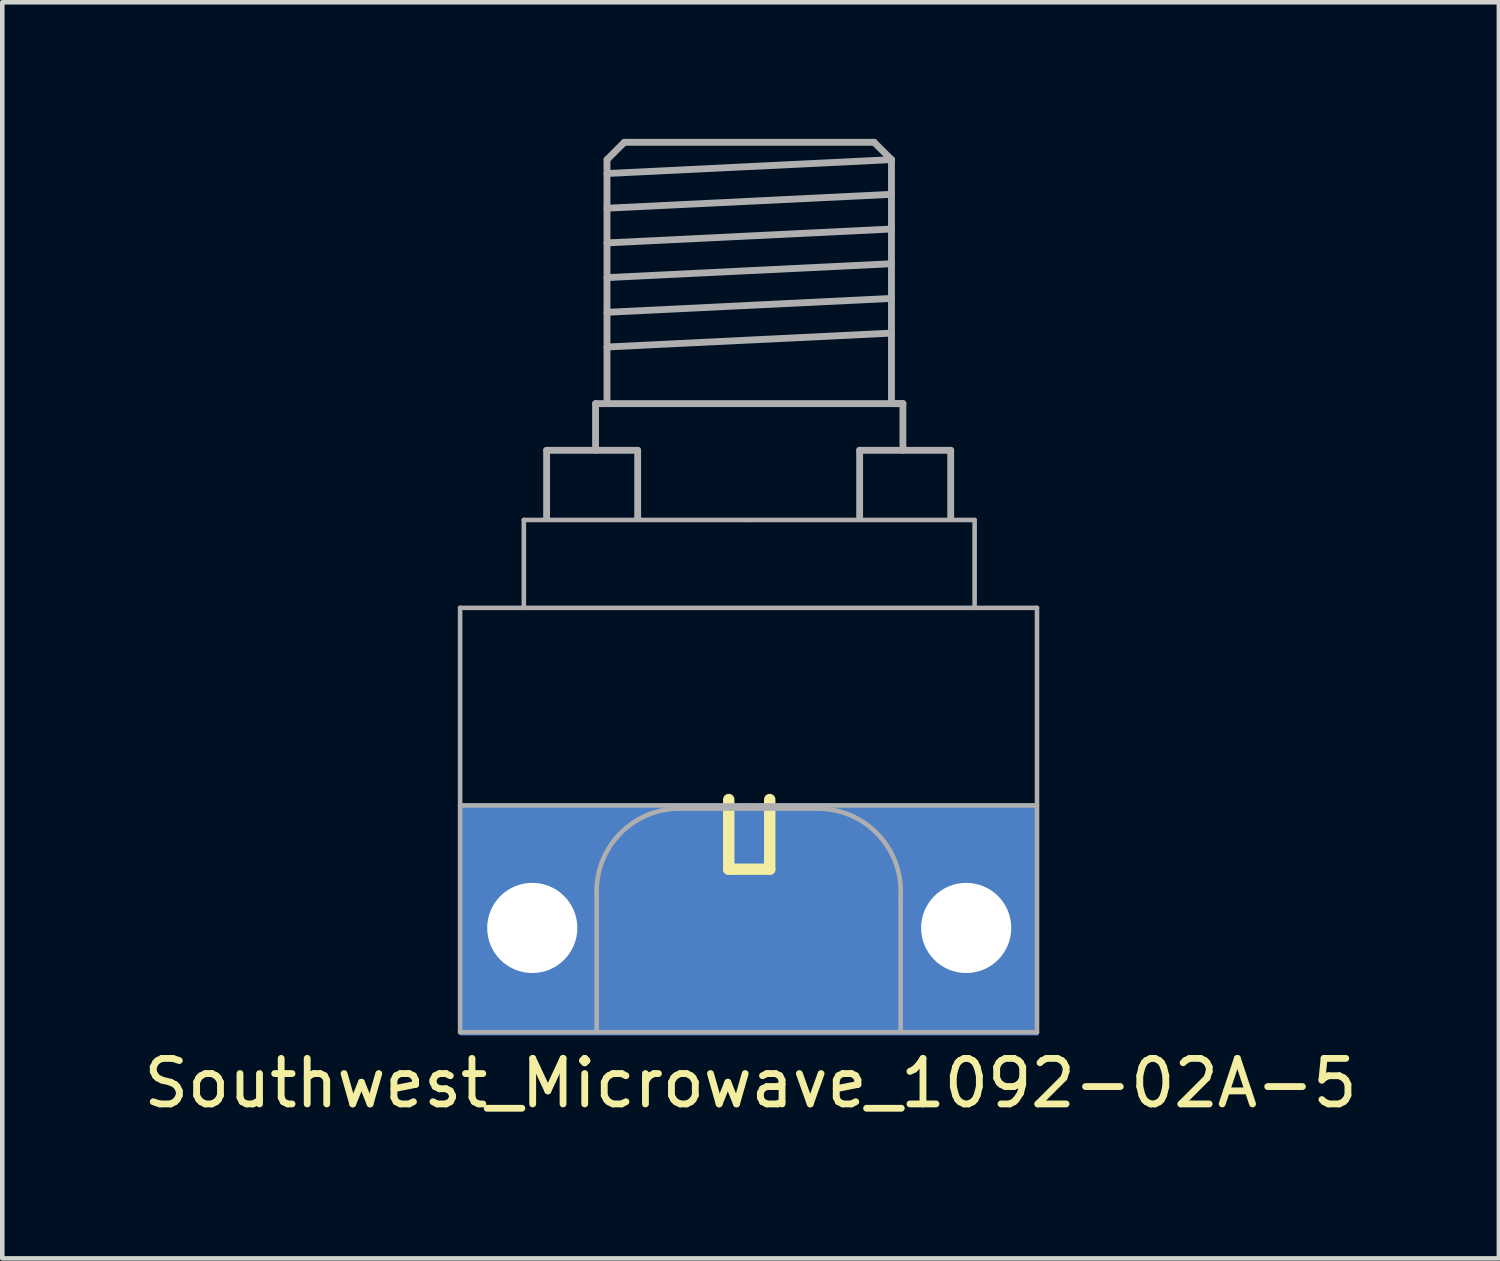
<source format=kicad_pcb>
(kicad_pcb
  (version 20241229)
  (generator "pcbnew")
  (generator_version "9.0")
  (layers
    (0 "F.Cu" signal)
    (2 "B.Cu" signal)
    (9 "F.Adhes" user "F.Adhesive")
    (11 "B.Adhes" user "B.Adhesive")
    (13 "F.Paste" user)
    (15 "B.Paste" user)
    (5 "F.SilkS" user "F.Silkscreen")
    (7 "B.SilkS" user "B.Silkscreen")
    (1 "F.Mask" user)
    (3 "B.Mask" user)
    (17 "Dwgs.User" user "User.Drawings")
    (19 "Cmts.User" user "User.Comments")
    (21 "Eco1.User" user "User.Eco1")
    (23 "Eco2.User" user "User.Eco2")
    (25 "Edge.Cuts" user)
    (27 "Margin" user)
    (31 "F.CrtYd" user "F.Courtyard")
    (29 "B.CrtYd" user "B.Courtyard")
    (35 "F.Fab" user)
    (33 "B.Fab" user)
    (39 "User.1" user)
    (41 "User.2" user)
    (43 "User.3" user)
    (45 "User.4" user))
  (footprint "Southwest_Microwave_1092-02A-5"
    (layer "F.Cu")
    (at 13.405 14.54)
    (property "Reference" "Southwest_Microwave_1092-02A-5" (at 0.03 6.2 0) (layer "F.SilkS") (effects (font (size 1 1) (thickness 0.15))))
    (attr through_hole)
    (fp_poly (pts (xy 6.5 5.4) (xy -6.5 5.4) (xy -6.5 -0.1) (xy 6.5 -0.1)) (stroke (width 0.1) (type solid)) (fill yes) (layer "F.Mask"))
    (fp_poly (pts (xy 6.5 5.4) (xy -6.5 5.4) (xy -6.5 -0.1) (xy 6.5 -0.1)) (stroke (width 0.1) (type solid)) (fill yes) (layer "B.Mask"))
    (fp_line (start -0.45 1.5) (end -0.45 -0.03) (stroke (width 0.25) (type solid)) (layer "F.SilkS"))
    (fp_line (start -0.45 1.5) (end 0.45 1.5) (stroke (width 0.25) (type solid)) (layer "F.SilkS"))
    (fp_line (start 0.45 1.5) (end 0.45 -0.03) (stroke (width 0.25) (type solid)) (layer "F.SilkS"))
    (fp_line (start -6.35 0.1) (end 6.32 0.1) (stroke (width 0.1) (type solid)) (layer "F.Fab"))
    (fp_line (start -6.35 5.08) (end -6.35 -4.24) (stroke (width 0.1) (type solid)) (layer "F.Fab"))
    (fp_line (start -4.95 -6.17) (end -4.95 -4.24) (stroke (width 0.1) (type solid)) (layer "F.Fab"))
    (fp_line (start -4.45 -7.7) (end -4.45 -6.2) (stroke (width 0.15) (type solid)) (layer "F.Fab"))
    (fp_line (start -4.45 -7.7) (end -2.45 -7.7) (stroke (width 0.15) (type solid)) (layer "F.Fab"))
    (fp_line (start -3.375 -7.7) (end -3.375 -8.725) (stroke (width 0.15) (type solid)) (layer "F.Fab"))
    (fp_line (start -3.35 2.075) (end -3.35 5.075) (stroke (width 0.1) (type solid)) (layer "F.Fab"))
    (fp_line (start -3.124 -14.084) (end -2.743 -14.465) (stroke (width 0.15) (type solid)) (layer "F.Fab"))
    (fp_line (start -3.124 -8.725) (end -3.124 -14.084) (stroke (width 0.15) (type solid)) (layer "F.Fab"))
    (fp_line (start -2.743 -14.465) (end 2.743 -14.465) (stroke (width 0.15) (type solid)) (layer "F.Fab"))
    (fp_line (start -2.45 -7.7) (end -2.45 -6.2) (stroke (width 0.15) (type solid)) (layer "F.Fab"))
    (fp_line (start -1.535 0.169) (end 1.51 0.169) (stroke (width 0.1) (type solid)) (layer "F.Fab"))
    (fp_line (start 0 -6.17) (end -4.95 -6.17) (stroke (width 0.1) (type solid)) (layer "F.Fab"))
    (fp_line (start 2.425 -7.7) (end 2.425 -6.2) (stroke (width 0.15) (type solid)) (layer "F.Fab"))
    (fp_line (start 2.425 -7.7) (end 4.425 -7.7) (stroke (width 0.15) (type solid)) (layer "F.Fab"))
    (fp_line (start 3.124 -14.084) (end -3.124 -13.779) (stroke (width 0.15) (type solid)) (layer "F.Fab"))
    (fp_line (start 3.124 -14.084) (end 2.743 -14.465) (stroke (width 0.15) (type solid)) (layer "F.Fab"))
    (fp_line (start 3.124 -13.322) (end -3.124 -13.017) (stroke (width 0.15) (type solid)) (layer "F.Fab"))
    (fp_line (start 3.124 -12.56) (end -3.124 -12.255) (stroke (width 0.15) (type solid)) (layer "F.Fab"))
    (fp_line (start 3.124 -11.798) (end -3.124 -11.493) (stroke (width 0.15) (type solid)) (layer "F.Fab"))
    (fp_line (start 3.124 -11.036) (end -3.124 -10.731) (stroke (width 0.15) (type solid)) (layer "F.Fab"))
    (fp_line (start 3.124 -10.274) (end -3.124 -9.969) (stroke (width 0.15) (type solid)) (layer "F.Fab"))
    (fp_line (start 3.124 -8.725) (end 3.124 -14.084) (stroke (width 0.15) (type solid)) (layer "F.Fab"))
    (fp_line (start 3.325 2.075) (end 3.325 5.075) (stroke (width 0.1) (type solid)) (layer "F.Fab"))
    (fp_line (start 3.375 -8.725) (end -3.375 -8.725) (stroke (width 0.15) (type solid)) (layer "F.Fab"))
    (fp_line (start 3.375 -8.725) (end 3.125 -8.725) (stroke (width 0.15) (type solid)) (layer "F.Fab"))
    (fp_line (start 3.375 -7.7) (end 3.375 -8.725) (stroke (width 0.15) (type solid)) (layer "F.Fab"))
    (fp_line (start 4.425 -7.7) (end 4.425 -6.2) (stroke (width 0.15) (type solid)) (layer "F.Fab"))
    (fp_line (start 4.95 -6.17) (end 0 -6.17) (stroke (width 0.1) (type solid)) (layer "F.Fab"))
    (fp_line (start 4.95 -6.17) (end 4.95 -4.24) (stroke (width 0.1) (type solid)) (layer "F.Fab"))
    (fp_line (start 6.32 -4.24) (end -6.35 -4.24) (stroke (width 0.1) (type solid)) (layer "F.Fab"))
    (fp_line (start 6.32 5.08) (end -6.35 5.08) (stroke (width 0.1) (type solid)) (layer "F.Fab"))
    (fp_line (start 6.32 5.08) (end 6.32 -4.24) (stroke (width 0.1) (type solid)) (layer "F.Fab"))
    (fp_arc (start -3.35 2.075) (mid -2.850731 0.733081) (end -1.534837 0.168778) (stroke (width 0.1) (type solid)) (layer "F.Fab"))
    (fp_arc (start 1.509837 0.168778) (mid 2.825731 0.733081) (end 3.325 2.075) (stroke (width 0.1) (type solid)) (layer "F.Fab"))
    (pad "1" smd rect (at 0 0.445) (size 0.203 0.762) (layers "F.Cu" "F.Mask" "F.Paste"))
    (pad "2" thru_hole circle (at -4.765 2.79) (size 2.8 2.8) (drill 1.98) (layers "*.Cu" "*.Mask"))
    (pad "2" smd rect (at 0 2.6) (size 12.7 5.1) (layers "B.Cu"))
    (pad "2" thru_hole circle (at 4.765 2.79) (size 2.8 2.8) (drill 1.98) (layers "*.Cu" "*.Mask")))
  (gr_rect
    (start -3 -3)
    (end 29.869 24.588)
    (stroke (width 0.1) (type default))
    (fill no)
    (layer "Edge.Cuts")))
</source>
